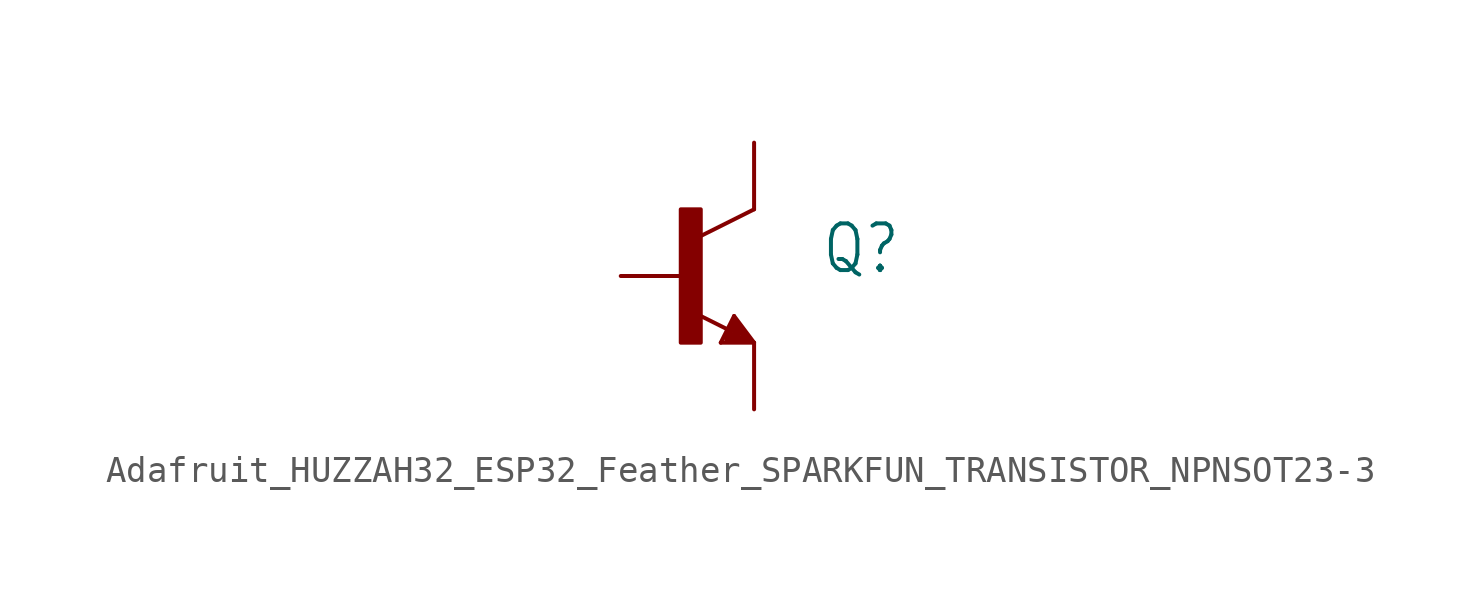
<source format=kicad_sym>
(kicad_symbol_lib
  (version 20231120)
  (generator "kicad_symbol_editor")
  (generator_version "8.0")
  (symbol "Adafruit_HUZZAH32_ESP32_Feather_SPARKFUN_TRANSISTOR_NPNSOT23-3"
    (property "Reference" "Q"
      (at 5.08 0 0)
      (effects (font (size 1.778 1.511)) (justify left bottom)))
    (property "Value" ""
      (at 5.08 -2.54 0)
      (effects (font (size 1.778 1.511)) (justify left bottom)))
    (property "ki_locked" ""
      (at 0 0 0)
      (effects (font (size 1.27 1.27))))
    (symbol "Adafruit_HUZZAH32_ESP32_Feather_SPARKFUN_TRANSISTOR_NPNSOT23-3_1_0"
      (rectangle (start -0.254 -2.54) (end 0.508 2.54) (stroke (width 0) (type default)) (fill (type outline)))
      (polyline (pts (xy 1.27 -2.54) (xy 1.778 -1.524)) (stroke (width 0.152) (type solid)) (fill (type none)))
      (polyline (pts (xy 1.524 -2.413) (xy 2.286 -2.413)) (stroke (width 0.254) (type solid)) (fill (type none)))
      (polyline (pts (xy 1.524 -2.286) (xy 1.905 -2.286)) (stroke (width 0.254) (type solid)) (fill (type none)))
      (polyline (pts (xy 1.54 -2.04) (xy 0.308 -1.424)) (stroke (width 0.152) (type solid)) (fill (type none)))
      (polyline (pts (xy 1.778 -1.778) (xy 1.524 -2.286)) (stroke (width 0.254) (type solid)) (fill (type none)))
      (polyline (pts (xy 1.778 -1.524) (xy 2.54 -2.54)) (stroke (width 0.152) (type solid)) (fill (type none)))
      (polyline (pts (xy 1.905 -2.286) (xy 1.778 -2.032)) (stroke (width 0.254) (type solid)) (fill (type none)))
      (polyline (pts (xy 2.286 -2.413) (xy 1.778 -1.778)) (stroke (width 0.254) (type solid)) (fill (type none)))
      (polyline (pts (xy 2.54 -2.54) (xy 1.27 -2.54)) (stroke (width 0.152) (type solid)) (fill (type none)))
      (polyline (pts (xy 2.54 2.54) (xy 0.508 1.524)) (stroke (width 0.152) (type solid)) (fill (type none)))
      (pin passive line (at -2.54 0 0) (length 2.54) (name "B" (effects (font (size 0 0)))) (number "1" (effects (font (size 0 0)))))
      (pin passive line (at 2.54 -5.08 90) (length 2.54) (name "E" (effects (font (size 0 0)))) (number "2" (effects (font (size 0 0)))))
      (pin passive line (at 2.54 5.08 270) (length 2.54) (name "C" (effects (font (size 0 0)))) (number "3" (effects (font (size 0 0))))))))
</source>
